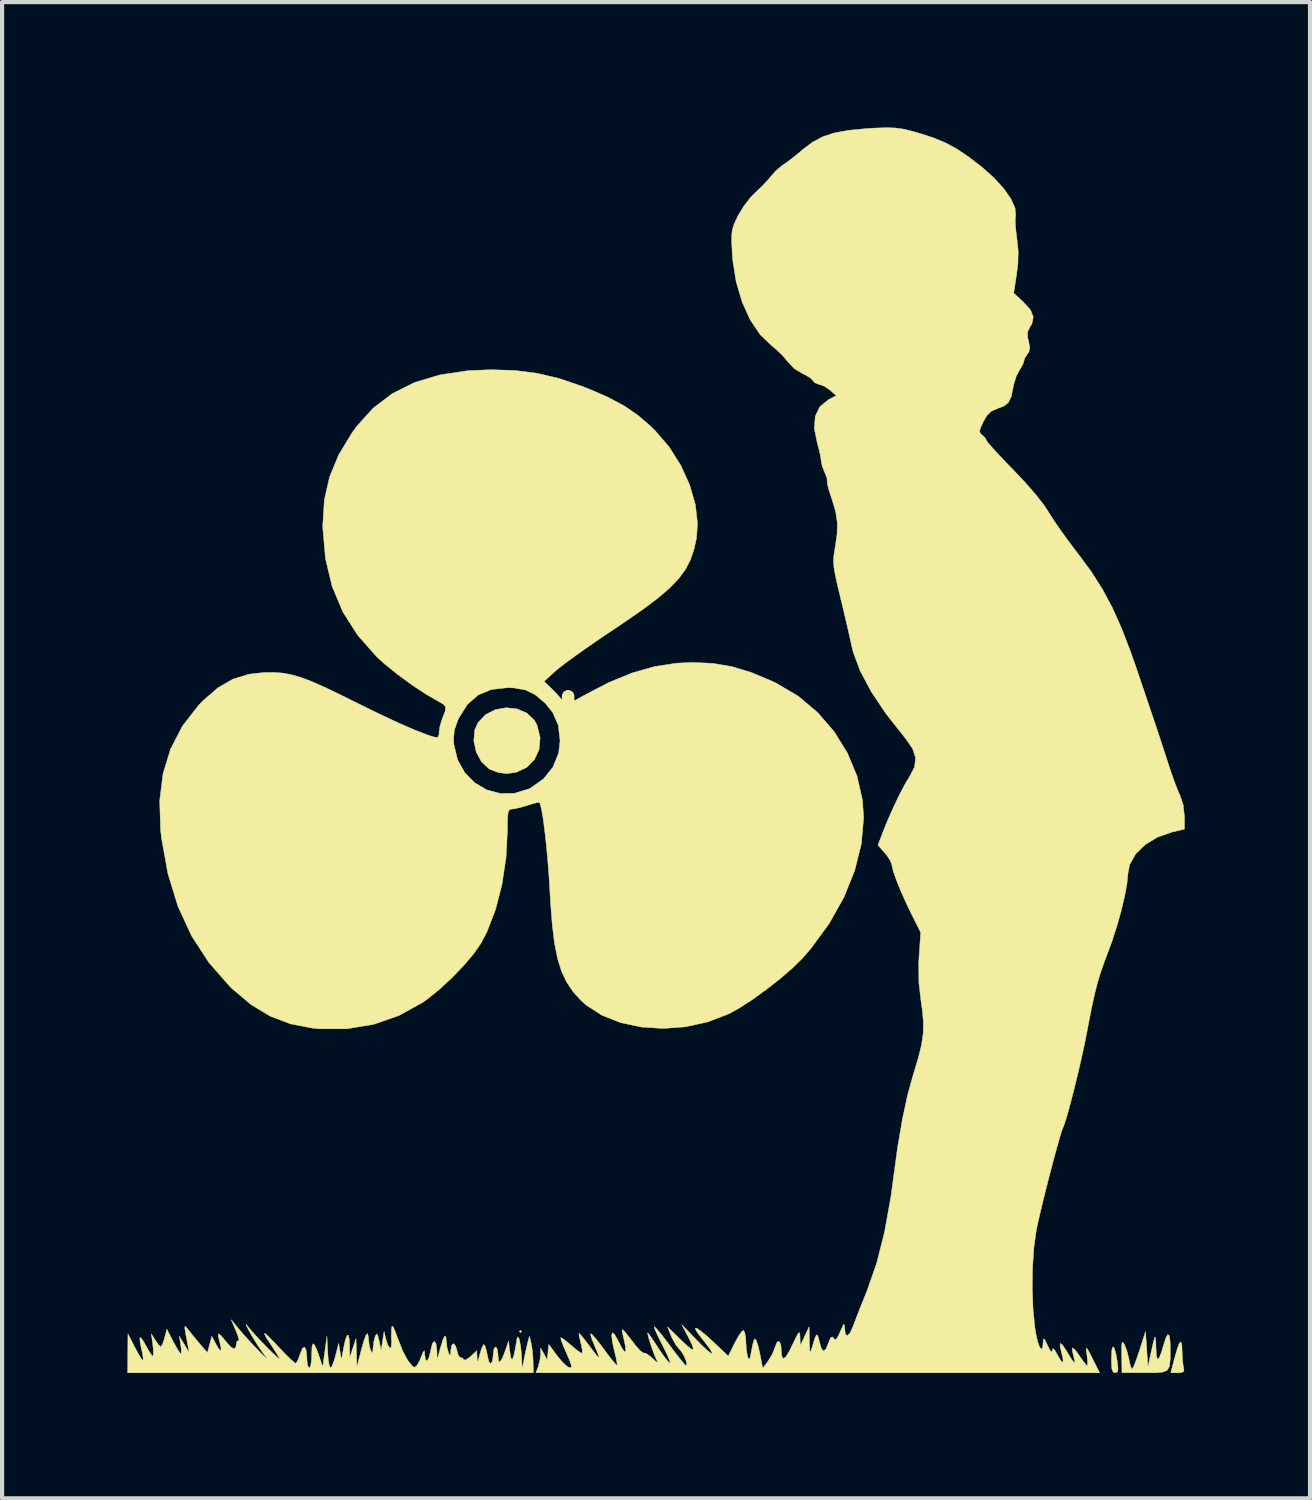
<source format=kicad_pcb>
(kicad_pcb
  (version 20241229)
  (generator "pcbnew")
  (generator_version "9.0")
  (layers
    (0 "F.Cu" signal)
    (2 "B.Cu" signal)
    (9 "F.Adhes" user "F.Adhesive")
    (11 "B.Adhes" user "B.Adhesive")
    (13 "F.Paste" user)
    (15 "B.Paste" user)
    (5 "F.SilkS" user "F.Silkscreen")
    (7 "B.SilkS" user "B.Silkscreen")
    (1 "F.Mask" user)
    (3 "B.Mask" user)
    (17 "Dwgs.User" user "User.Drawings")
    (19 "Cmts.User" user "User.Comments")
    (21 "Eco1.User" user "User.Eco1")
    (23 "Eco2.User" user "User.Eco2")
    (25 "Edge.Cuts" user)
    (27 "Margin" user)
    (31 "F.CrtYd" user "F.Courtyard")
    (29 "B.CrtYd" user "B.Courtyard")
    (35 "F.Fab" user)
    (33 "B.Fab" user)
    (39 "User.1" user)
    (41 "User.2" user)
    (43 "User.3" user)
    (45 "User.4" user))
  (footprint "logo"
    (layer "F.Cu")
    (at 12.649 14.446)
    (property "Reference" "logo" (at 0 0 0) (layer "F.SilkS") (effects (font (size 1.524 1.524) (thickness 0.3))))
    (attr through_hole)
    (fp_poly (pts (xy -3.217 14.365) (xy -3.246 14.393) (xy -3.274 14.365) (xy -3.246 14.337) (xy -3.217 14.365)) (stroke (width 0.01) (type solid)) (fill yes) (layer "F.SilkS"))
    (fp_poly (pts (xy 10.962 14.758) (xy 11.001 14.888) (xy 11.036 15.085) (xy 11.054 15.248) (xy 11.043 15.329) (xy 10.996 15.353) (xy 10.985 15.353) (xy 10.934 15.333) (xy 10.906 15.256) (xy 10.896 15.101) (xy 10.895 15) (xy 10.905 14.811) (xy 10.928 14.731) (xy 10.962 14.758)) (stroke (width 0.01) (type solid)) (fill yes) (layer "F.SilkS"))
    (fp_poly (pts (xy 12.581 14.693) (xy 12.586 14.817) (xy 12.594 15.01) (xy 12.612 15.175) (xy 12.623 15.226) (xy 12.632 15.315) (xy 12.574 15.349) (xy 12.486 15.353) (xy 12.316 15.353) (xy 12.4 15.028) (xy 12.471 14.779) (xy 12.524 14.641) (xy 12.56 14.612) (xy 12.581 14.693)) (stroke (width 0.01) (type solid)) (fill yes) (layer "F.SilkS"))
    (fp_poly (pts (xy -3.329 -0.534) (xy -3.098 -0.436) (xy -2.917 -0.266) (xy -2.847 -0.142) (xy -2.774 0.157) (xy -2.799 0.437) (xy -2.911 0.681) (xy -3.099 0.87) (xy -3.351 0.986) (xy -3.583 1.016) (xy -3.785 0.986) (xy -3.975 0.915) (xy -3.991 0.905) (xy -4.178 0.732) (xy -4.304 0.498) (xy -4.361 0.235) (xy -4.341 -0.023) (xy -4.264 -0.202) (xy -4.079 -0.397) (xy -3.845 -0.516) (xy -3.587 -0.561) (xy -3.329 -0.534)) (stroke (width 0.01) (type solid)) (fill yes) (layer "F.SilkS"))
    (fp_poly (pts (xy 11.769 15.212) (xy 11.843 14.873) (xy 11.895 14.642) (xy 11.928 14.518) (xy 11.948 14.496) (xy 11.957 14.572) (xy 11.962 14.742) (xy 11.962 14.757) (xy 11.973 14.949) (xy 11.999 15.028) (xy 12.04 14.996) (xy 12.096 14.852) (xy 12.135 14.716) (xy 12.197 14.52) (xy 12.245 14.435) (xy 12.28 14.462) (xy 12.3 14.6) (xy 12.305 14.78) (xy 12.303 15.032) (xy 12.285 15.196) (xy 12.231 15.292) (xy 12.12 15.338) (xy 11.934 15.352) (xy 11.692 15.352) (xy 11.148 15.352) (xy 11.142 14.949) (xy 11.14 14.746) (xy 11.147 14.641) (xy 11.166 14.619) (xy 11.2 14.665) (xy 11.209 14.682) (xy 11.265 14.825) (xy 11.313 15.012) (xy 11.321 15.061) (xy 11.352 15.197) (xy 11.386 15.261) (xy 11.4 15.258) (xy 11.436 15.185) (xy 11.494 15.034) (xy 11.562 14.835) (xy 11.577 14.788) (xy 11.712 14.365) (xy 11.769 15.212)) (stroke (width 0.01) (type solid)) (fill yes) (layer "F.SilkS"))
    (fp_poly (pts (xy -3.371 -8.631) (xy -2.839 -8.563) (xy -2.316 -8.439) (xy -1.76 -8.249) (xy -1.599 -8.186) (xy -1.144 -7.988) (xy -0.769 -7.788) (xy -0.444 -7.566) (xy -0.136 -7.302) (xy -0.021 -7.19) (xy 0.315 -6.798) (xy 0.593 -6.358) (xy 0.804 -5.892) (xy 0.94 -5.422) (xy 0.992 -4.968) (xy 0.967 -4.619) (xy 0.906 -4.344) (xy 0.822 -4.098) (xy 0.702 -3.87) (xy 0.539 -3.648) (xy 0.321 -3.422) (xy 0.038 -3.18) (xy -0.32 -2.911) (xy -0.762 -2.605) (xy -0.982 -2.457) (xy -1.319 -2.231) (xy -1.641 -2.009) (xy -1.93 -1.804) (xy -2.17 -1.629) (xy -2.341 -1.496) (xy -2.399 -1.447) (xy -2.681 -1.192) (xy -2.501 -1.02) (xy -2.368 -0.883) (xy -2.259 -0.757) (xy -2.239 -0.73) (xy -2.195 -0.674) (xy -2.147 -0.653) (xy -2.07 -0.672) (xy -1.942 -0.735) (xy -1.749 -0.843) (xy -1.142 -1.16) (xy -0.581 -1.391) (xy -0.046 -1.545) (xy 0.486 -1.627) (xy 0.884 -1.645) (xy 1.363 -1.622) (xy 1.815 -1.545) (xy 2.274 -1.407) (xy 2.772 -1.198) (xy 2.879 -1.147) (xy 3.405 -0.836) (xy 3.869 -0.444) (xy 4.264 0.014) (xy 4.58 0.525) (xy 4.808 1.073) (xy 4.938 1.647) (xy 4.967 2.068) (xy 4.912 2.696) (xy 4.753 3.335) (xy 4.495 3.974) (xy 4.145 4.599) (xy 3.707 5.198) (xy 3.494 5.442) (xy 3.261 5.671) (xy 2.964 5.927) (xy 2.632 6.187) (xy 2.293 6.431) (xy 1.977 6.634) (xy 1.735 6.767) (xy 1.231 6.959) (xy 0.703 7.075) (xy 0.168 7.114) (xy -0.356 7.08) (xy -0.85 6.974) (xy -1.296 6.798) (xy -1.676 6.552) (xy -1.806 6.435) (xy -1.993 6.225) (xy -2.144 5.999) (xy -2.265 5.739) (xy -2.359 5.432) (xy -2.432 5.063) (xy -2.486 4.616) (xy -2.527 4.077) (xy -2.539 3.865) (xy -2.563 3.467) (xy -2.594 3.071) (xy -2.629 2.694) (xy -2.668 2.355) (xy -2.706 2.069) (xy -2.744 1.855) (xy -2.778 1.729) (xy -2.791 1.706) (xy -2.851 1.71) (xy -2.982 1.745) (xy -3.073 1.774) (xy -3.251 1.827) (xy -3.401 1.859) (xy -3.445 1.863) (xy -3.498 1.872) (xy -3.531 1.914) (xy -3.549 2.01) (xy -3.555 2.183) (xy -3.556 2.357) (xy -3.59 3.022) (xy -3.687 3.668) (xy -3.841 4.269) (xy -4.048 4.804) (xy -4.187 5.071) (xy -4.361 5.322) (xy -4.604 5.609) (xy -4.889 5.905) (xy -5.191 6.184) (xy -5.483 6.419) (xy -5.581 6.488) (xy -6.148 6.803) (xy -6.756 7.015) (xy -7.399 7.122) (xy -8.068 7.121) (xy -8.22 7.106) (xy -8.75 7.004) (xy -9.234 6.82) (xy -9.691 6.544) (xy -10.14 6.166) (xy -10.199 6.109) (xy -10.701 5.537) (xy -11.115 4.898) (xy -11.442 4.189) (xy -11.681 3.411) (xy -11.834 2.56) (xy -11.857 2.355) (xy -11.878 1.662) (xy -11.798 1.018) (xy -11.616 0.423) (xy -11.494 0.188) (xy -4.846 0.188) (xy -4.837 0.323) (xy -4.75 0.684) (xy -4.579 0.991) (xy -4.341 1.234) (xy -4.052 1.404) (xy -3.729 1.491) (xy -3.388 1.486) (xy -3.045 1.381) (xy -3.005 1.361) (xy -2.695 1.143) (xy -2.467 0.859) (xy -2.332 0.524) (xy -2.297 0.226) (xy -2.34 -0.139) (xy -2.473 -0.446) (xy -2.651 -0.667) (xy -2.889 -0.87) (xy -3.128 -0.987) (xy -3.41 -1.036) (xy -3.556 -1.04) (xy -3.94 -0.997) (xy -4.257 -0.866) (xy -4.514 -0.642) (xy -4.717 -0.319) (xy -4.745 -0.258) (xy -4.826 -0.03) (xy -4.846 0.188) (xy -11.494 0.188) (xy -11.333 -0.123) (xy -10.947 -0.619) (xy -10.839 -0.732) (xy -10.484 -1.039) (xy -10.125 -1.246) (xy -9.737 -1.364) (xy -9.389 -1.403) (xy -9.161 -1.406) (xy -8.949 -1.392) (xy -8.738 -1.355) (xy -8.508 -1.29) (xy -8.244 -1.19) (xy -7.928 -1.051) (xy -7.543 -0.866) (xy -7.225 -0.708) (xy -6.657 -0.429) (xy -6.18 -0.205) (xy -5.787 -0.033) (xy -5.471 0.089) (xy -5.32 0.139) (xy -5.227 0.15) (xy -5.195 0.088) (xy -5.193 0.03) (xy -5.171 -0.121) (xy -5.117 -0.298) (xy -5.108 -0.319) (xy -5.045 -0.484) (xy -5.037 -0.581) (xy -5.093 -0.648) (xy -5.207 -0.712) (xy -5.503 -0.883) (xy -5.842 -1.107) (xy -6.185 -1.358) (xy -6.496 -1.609) (xy -6.687 -1.783) (xy -7.142 -2.298) (xy -7.497 -2.857) (xy -7.752 -3.466) (xy -7.911 -4.129) (xy -7.974 -4.85) (xy -7.975 -4.939) (xy -7.938 -5.532) (xy -7.814 -6.082) (xy -7.596 -6.611) (xy -7.276 -7.138) (xy -7.163 -7.295) (xy -6.774 -7.727) (xy -6.316 -8.076) (xy -5.787 -8.341) (xy -5.184 -8.524) (xy -4.505 -8.626) (xy -3.951 -8.65) (xy -3.371 -8.631)) (stroke (width 0.01) (type solid)) (fill yes) (layer "F.SilkS"))
    (fp_poly (pts (xy -9.981 14.309) (xy -9.839 14.473) (xy -9.661 14.668) (xy -9.519 14.817) (xy -9.382 14.956) (xy -9.316 15.018) (xy -9.316 15.004) (xy -9.377 14.919) (xy -9.411 14.873) (xy -9.539 14.685) (xy -9.675 14.464) (xy -9.731 14.365) (xy -9.796 14.24) (xy -9.814 14.191) (xy -9.784 14.224) (xy -9.706 14.321) (xy -9.588 14.453) (xy -9.448 14.603) (xy -9.302 14.753) (xy -9.169 14.885) (xy -9.065 14.981) (xy -9.009 15.025) (xy -9.007 15.014) (xy -9.063 14.918) (xy -9.155 14.773) (xy -9.2 14.704) (xy -9.319 14.521) (xy -9.373 14.422) (xy -9.362 14.408) (xy -9.282 14.478) (xy -9.131 14.632) (xy -9.049 14.719) (xy -8.883 14.892) (xy -8.744 15.029) (xy -8.651 15.111) (xy -8.624 15.128) (xy -8.585 15.079) (xy -8.534 14.956) (xy -8.516 14.899) (xy -8.46 14.765) (xy -8.41 14.738) (xy -8.373 14.813) (xy -8.355 14.986) (xy -8.355 15.028) (xy -8.341 15.164) (xy -8.308 15.237) (xy -8.297 15.24) (xy -8.267 15.189) (xy -8.246 15.057) (xy -8.241 14.92) (xy -8.234 14.734) (xy -8.211 14.657) (xy -8.17 14.689) (xy -8.108 14.83) (xy -8.066 14.948) (xy -7.977 15.212) (xy -7.926 14.845) (xy -7.876 14.478) (xy -7.858 14.859) (xy -7.843 15.05) (xy -7.819 15.187) (xy -7.793 15.24) (xy -7.792 15.24) (xy -7.753 15.19) (xy -7.704 15.062) (xy -7.67 14.944) (xy -7.596 14.647) (xy -7.563 14.845) (xy -7.529 15.042) (xy -7.484 14.788) (xy -7.437 14.573) (xy -7.396 14.461) (xy -7.363 14.453) (xy -7.341 14.553) (xy -7.335 14.676) (xy -7.329 14.986) (xy -7.255 14.76) (xy -7.18 14.534) (xy -7.169 14.873) (xy -7.159 15.212) (xy -7.06 14.831) (xy -6.991 14.583) (xy -6.938 14.444) (xy -6.902 14.415) (xy -6.884 14.496) (xy -6.882 14.539) (xy -6.862 14.703) (xy -6.83 14.817) (xy -6.796 14.88) (xy -6.78 14.848) (xy -6.773 14.76) (xy -6.752 14.596) (xy -6.72 14.478) (xy -6.688 14.423) (xy -6.66 14.455) (xy -6.628 14.585) (xy -6.626 14.591) (xy -6.579 14.817) (xy -6.544 14.591) (xy -6.509 14.365) (xy -6.464 14.55) (xy -6.417 14.695) (xy -6.369 14.761) (xy -6.337 14.74) (xy -6.331 14.637) (xy -6.336 14.455) (xy -6.331 14.309) (xy -6.32 14.239) (xy -6.295 14.246) (xy -6.252 14.34) (xy -6.181 14.531) (xy -6.18 14.534) (xy -6.061 14.833) (xy -5.941 15.057) (xy -5.831 15.193) (xy -5.78 15.223) (xy -5.729 15.187) (xy -5.663 15.074) (xy -5.632 15.001) (xy -5.577 14.864) (xy -5.548 14.824) (xy -5.537 14.874) (xy -5.536 14.915) (xy -5.518 15.04) (xy -5.481 15.065) (xy -5.437 14.997) (xy -5.398 14.845) (xy -5.393 14.816) (xy -5.353 14.653) (xy -5.307 14.599) (xy -5.266 14.654) (xy -5.245 14.816) (xy -5.244 14.834) (xy -5.239 15.042) (xy -5.164 14.77) (xy -5.102 14.566) (xy -5.057 14.473) (xy -5.029 14.491) (xy -5.02 14.596) (xy -5 14.759) (xy -4.967 14.873) (xy -4.932 14.941) (xy -4.918 14.91) (xy -4.915 14.834) (xy -4.891 14.693) (xy -4.844 14.654) (xy -4.792 14.721) (xy -4.766 14.815) (xy -4.731 14.937) (xy -4.691 14.987) (xy -4.684 14.985) (xy -4.628 15.001) (xy -4.613 15.028) (xy -4.564 15.051) (xy -4.461 14.982) (xy -4.439 14.962) (xy -4.29 14.825) (xy -4.283 14.99) (xy -4.276 15.077) (xy -4.26 15.07) (xy -4.23 14.963) (xy -4.219 14.915) (xy -4.175 14.77) (xy -4.133 14.685) (xy -4.119 14.676) (xy -4.087 14.726) (xy -4.052 14.854) (xy -4.037 14.939) (xy -3.999 15.089) (xy -3.954 15.132) (xy -3.916 15.073) (xy -3.896 14.917) (xy -3.896 14.887) (xy -3.877 14.775) (xy -3.838 14.732) (xy -3.802 14.782) (xy -3.783 14.905) (xy -3.782 14.941) (xy -3.77 15.071) (xy -3.735 15.092) (xy -3.679 15.006) (xy -3.606 14.817) (xy -3.53 14.591) (xy -3.5 14.845) (xy -3.474 14.997) (xy -3.444 15.037) (xy -3.409 14.964) (xy -3.369 14.778) (xy -3.357 14.704) (xy -3.33 14.547) (xy -3.308 14.49) (xy -3.284 14.522) (xy -3.271 14.563) (xy -3.243 14.704) (xy -3.222 14.898) (xy -3.217 14.986) (xy -3.205 15.268) (xy -3.156 15.014) (xy -3.117 14.824) (xy -3.079 14.657) (xy -3.069 14.619) (xy -3.03 14.478) (xy -2.989 14.647) (xy -2.962 14.811) (xy -2.945 15.016) (xy -2.942 15.085) (xy -2.935 15.353) (xy -12.644 15.353) (xy -12.641 14.887) (xy -12.638 14.422) (xy -12.468 14.752) (xy -12.379 14.916) (xy -12.31 15.027) (xy -12.276 15.061) (xy -12.274 14.998) (xy -12.295 14.866) (xy -12.307 14.815) (xy -12.348 14.611) (xy -12.352 14.513) (xy -12.318 14.521) (xy -12.246 14.634) (xy -12.217 14.69) (xy -12.133 14.839) (xy -12.067 14.936) (xy -12.042 14.958) (xy -12.028 14.908) (xy -12.032 14.78) (xy -12.042 14.69) (xy -12.077 14.422) (xy -11.98 14.577) (xy -11.905 14.684) (xy -11.852 14.732) (xy -11.85 14.732) (xy -11.816 14.683) (xy -11.773 14.562) (xy -11.762 14.52) (xy -11.707 14.309) (xy -11.554 14.605) (xy -11.467 14.763) (xy -11.399 14.87) (xy -11.37 14.901) (xy -11.359 14.852) (xy -11.368 14.73) (xy -11.374 14.69) (xy -11.407 14.478) (xy -11.17 14.873) (xy -11.207 14.676) (xy -11.252 14.44) (xy -11.275 14.301) (xy -11.274 14.244) (xy -11.249 14.255) (xy -11.196 14.32) (xy -11.164 14.361) (xy -11.035 14.521) (xy -10.895 14.687) (xy -10.885 14.699) (xy -10.735 14.872) (xy -10.683 14.675) (xy -10.631 14.478) (xy -10.532 14.667) (xy -10.453 14.798) (xy -10.412 14.823) (xy -10.412 14.745) (xy -10.442 14.619) (xy -10.478 14.47) (xy -10.467 14.419) (xy -10.406 14.467) (xy -10.306 14.589) (xy -10.176 14.737) (xy -10.091 14.782) (xy -10.051 14.723) (xy -10.047 14.672) (xy -10.026 14.594) (xy -9.991 14.59) (xy -9.98 14.564) (xy -10.009 14.46) (xy -10.051 14.354) (xy -10.166 14.083) (xy -9.981 14.309)) (stroke (width 0.01) (type solid)) (fill yes) (layer "F.SilkS"))
    (fp_poly (pts (xy 5.729 -14.434) (xy 5.932 -14.405) (xy 6.164 -14.347) (xy 6.292 -14.31) (xy 6.636 -14.199) (xy 6.927 -14.079) (xy 7.197 -13.932) (xy 7.481 -13.74) (xy 7.794 -13.5) (xy 8.081 -13.245) (xy 8.317 -12.986) (xy 8.49 -12.739) (xy 8.589 -12.519) (xy 8.605 -12.342) (xy 8.602 -12.332) (xy 8.594 -12.212) (xy 8.605 -12.021) (xy 8.632 -11.801) (xy 8.633 -11.793) (xy 8.665 -11.488) (xy 8.659 -11.195) (xy 8.627 -10.935) (xy 8.558 -10.484) (xy 8.794 -10.264) (xy 8.96 -10.078) (xy 9.026 -9.913) (xy 8.995 -9.752) (xy 8.944 -9.665) (xy 8.889 -9.55) (xy 8.894 -9.412) (xy 8.914 -9.331) (xy 8.944 -9.173) (xy 8.92 -9.071) (xy 8.889 -9.03) (xy 8.821 -8.924) (xy 8.805 -8.866) (xy 8.775 -8.774) (xy 8.7 -8.647) (xy 8.694 -8.639) (xy 8.614 -8.481) (xy 8.555 -8.284) (xy 8.546 -8.235) (xy 8.5 -8.009) (xy 8.433 -7.867) (xy 8.324 -7.779) (xy 8.183 -7.726) (xy 8.024 -7.658) (xy 7.913 -7.549) (xy 7.832 -7.408) (xy 7.761 -7.256) (xy 7.74 -7.171) (xy 7.767 -7.117) (xy 7.805 -7.086) (xy 7.884 -7.006) (xy 7.902 -6.962) (xy 7.94 -6.906) (xy 8.044 -6.785) (xy 8.201 -6.613) (xy 8.399 -6.405) (xy 8.546 -6.254) (xy 8.837 -5.946) (xy 9.088 -5.657) (xy 9.284 -5.407) (xy 9.393 -5.24) (xy 9.506 -5.06) (xy 9.67 -4.822) (xy 9.864 -4.553) (xy 10.068 -4.283) (xy 10.107 -4.233) (xy 10.412 -3.82) (xy 10.678 -3.402) (xy 10.917 -2.957) (xy 11.14 -2.46) (xy 11.359 -1.889) (xy 11.485 -1.53) (xy 11.646 -1.053) (xy 11.777 -0.666) (xy 11.882 -0.355) (xy 11.967 -0.102) (xy 12.037 0.107) (xy 12.097 0.289) (xy 12.152 0.46) (xy 12.209 0.635) (xy 12.25 0.762) (xy 12.337 1.024) (xy 12.426 1.268) (xy 12.502 1.46) (xy 12.537 1.536) (xy 12.614 1.769) (xy 12.644 2.043) (xy 12.644 2.045) (xy 12.644 2.344) (xy 12.349 2.414) (xy 11.998 2.536) (xy 11.702 2.716) (xy 11.475 2.939) (xy 11.332 3.191) (xy 11.288 3.427) (xy 11.268 3.65) (xy 11.212 3.949) (xy 11.13 4.298) (xy 11.026 4.666) (xy 10.91 5.027) (xy 10.839 5.221) (xy 10.728 5.514) (xy 10.639 5.769) (xy 10.565 6.013) (xy 10.498 6.271) (xy 10.432 6.57) (xy 10.359 6.937) (xy 10.301 7.241) (xy 10.246 7.518) (xy 10.176 7.836) (xy 10.098 8.174) (xy 10.016 8.512) (xy 9.935 8.829) (xy 9.861 9.105) (xy 9.798 9.32) (xy 9.752 9.453) (xy 9.74 9.478) (xy 9.708 9.56) (xy 9.656 9.733) (xy 9.587 9.976) (xy 9.508 10.269) (xy 9.423 10.593) (xy 9.337 10.928) (xy 9.256 11.255) (xy 9.184 11.553) (xy 9.127 11.803) (xy 9.099 11.938) (xy 9.042 12.346) (xy 9.009 12.823) (xy 9.002 13.328) (xy 9.02 13.821) (xy 9.063 14.262) (xy 9.086 14.407) (xy 9.133 14.616) (xy 9.181 14.746) (xy 9.223 14.789) (xy 9.252 14.736) (xy 9.261 14.633) (xy 9.267 14.546) (xy 9.287 14.541) (xy 9.334 14.628) (xy 9.37 14.704) (xy 9.437 14.831) (xy 9.472 14.854) (xy 9.481 14.817) (xy 9.498 14.77) (xy 9.543 14.816) (xy 9.602 14.921) (xy 9.688 15.066) (xy 9.735 15.107) (xy 9.74 15.042) (xy 9.703 14.879) (xy 9.666 14.713) (xy 9.674 14.65) (xy 9.727 14.69) (xy 9.823 14.833) (xy 9.845 14.871) (xy 9.95 15.042) (xy 10.007 15.113) (xy 10.021 15.087) (xy 9.993 14.966) (xy 9.988 14.947) (xy 9.955 14.8) (xy 9.969 14.754) (xy 10.032 14.809) (xy 10.135 14.953) (xy 10.229 15.086) (xy 10.297 15.17) (xy 10.316 15.184) (xy 10.327 15.134) (xy 10.32 15.01) (xy 10.313 14.953) (xy 10.296 14.818) (xy 10.297 14.761) (xy 10.325 14.788) (xy 10.388 14.906) (xy 10.465 15.057) (xy 10.613 15.353) (xy -2.876 15.353) (xy -2.821 15.208) (xy -2.777 15.035) (xy -2.764 14.912) (xy -2.762 14.76) (xy -2.684 14.901) (xy -2.606 15.042) (xy -2.587 14.858) (xy -2.568 14.673) (xy -2.37 14.942) (xy -2.247 15.09) (xy -2.135 15.196) (xy -2.076 15.229) (xy -2.031 15.225) (xy -2.027 15.175) (xy -2.067 15.06) (xy -2.141 14.891) (xy -2.219 14.711) (xy -2.27 14.576) (xy -2.283 14.513) (xy -2.282 14.512) (xy -2.233 14.535) (xy -2.127 14.615) (xy -2.028 14.7) (xy -1.897 14.81) (xy -1.801 14.875) (xy -1.769 14.883) (xy -1.765 14.816) (xy -1.789 14.685) (xy -1.801 14.642) (xy -1.834 14.502) (xy -1.845 14.419) (xy -1.843 14.411) (xy -1.805 14.445) (xy -1.718 14.549) (xy -1.602 14.701) (xy -1.591 14.716) (xy -1.457 14.895) (xy -1.383 14.981) (xy -1.366 14.972) (xy -1.402 14.87) (xy -1.472 14.706) (xy -1.534 14.551) (xy -1.566 14.444) (xy -1.565 14.415) (xy -1.523 14.446) (xy -1.432 14.55) (xy -1.309 14.708) (xy -1.246 14.793) (xy -1.114 14.97) (xy -1.008 15.102) (xy -0.943 15.17) (xy -0.932 15.175) (xy -0.935 15.114) (xy -0.961 14.978) (xy -0.994 14.845) (xy -1.046 14.614) (xy -1.063 14.461) (xy -1.047 14.396) (xy -1 14.424) (xy -0.925 14.554) (xy -0.915 14.573) (xy -0.817 14.765) (xy -0.752 14.852) (xy -0.725 14.835) (xy -0.735 14.712) (xy -0.763 14.577) (xy -0.799 14.425) (xy -0.815 14.337) (xy -0.801 14.317) (xy -0.747 14.371) (xy -0.642 14.503) (xy -0.488 14.702) (xy -0.388 14.817) (xy -0.314 14.876) (xy -0.295 14.876) (xy -0.238 14.89) (xy -0.134 14.964) (xy -0.095 14.999) (xy 0.006 15.091) (xy 0.039 15.107) (xy 0.017 15.051) (xy 0.004 15.025) (xy -0.043 14.917) (xy -0.099 14.765) (xy -0.151 14.605) (xy -0.189 14.472) (xy -0.203 14.398) (xy -0.2 14.393) (xy -0.165 14.437) (xy -0.084 14.553) (xy 0.025 14.718) (xy 0.052 14.76) (xy 0.17 14.934) (xy 0.268 15.063) (xy 0.329 15.125) (xy 0.335 15.127) (xy 0.331 15.081) (xy 0.283 14.959) (xy 0.199 14.783) (xy 0.157 14.7) (xy 0.058 14.504) (xy -0.013 14.35) (xy -0.045 14.261) (xy -0.044 14.25) (xy -0.004 14.282) (xy 0.088 14.389) (xy 0.217 14.551) (xy 0.333 14.705) (xy 0.481 14.902) (xy 0.605 15.059) (xy 0.689 15.158) (xy 0.717 15.184) (xy 0.736 15.142) (xy 0.71 15.042) (xy 0.656 14.922) (xy 0.588 14.82) (xy 0.563 14.795) (xy 0.472 14.685) (xy 0.383 14.523) (xy 0.363 14.478) (xy 0.272 14.252) (xy 0.588 14.561) (xy 0.759 14.721) (xy 0.86 14.795) (xy 0.892 14.78) (xy 0.859 14.675) (xy 0.762 14.479) (xy 0.758 14.471) (xy 0.612 14.196) (xy 0.885 14.481) (xy 1.094 14.694) (xy 1.243 14.832) (xy 1.327 14.893) (xy 1.344 14.877) (xy 1.289 14.783) (xy 1.159 14.609) (xy 1.097 14.533) (xy 0.977 14.374) (xy 0.934 14.291) (xy 0.963 14.281) (xy 1.059 14.343) (xy 1.217 14.474) (xy 1.414 14.655) (xy 1.728 14.954) (xy 1.879 14.646) (xy 1.968 14.483) (xy 2.045 14.371) (xy 2.088 14.337) (xy 2.122 14.388) (xy 2.144 14.516) (xy 2.149 14.605) (xy 2.16 14.791) (xy 2.185 14.945) (xy 2.197 14.986) (xy 2.226 15.031) (xy 2.252 14.987) (xy 2.279 14.843) (xy 2.281 14.832) (xy 2.313 14.67) (xy 2.348 14.561) (xy 2.364 14.538) (xy 2.396 14.575) (xy 2.438 14.697) (xy 2.48 14.877) (xy 2.48 14.878) (xy 2.553 15.244) (xy 2.685 15.066) (xy 2.783 14.903) (xy 2.848 14.741) (xy 2.852 14.725) (xy 2.899 14.613) (xy 2.952 14.605) (xy 2.987 14.695) (xy 2.992 14.759) (xy 3.003 14.939) (xy 3.038 15.012) (xy 3.1 14.978) (xy 3.189 14.836) (xy 3.254 14.703) (xy 3.347 14.509) (xy 3.402 14.407) (xy 3.43 14.387) (xy 3.442 14.439) (xy 3.445 14.506) (xy 3.451 14.704) (xy 3.556 14.478) (xy 3.661 14.252) (xy 3.67 14.591) (xy 3.677 14.773) (xy 3.686 14.853) (xy 3.703 14.842) (xy 3.732 14.75) (xy 3.737 14.732) (xy 3.795 14.539) (xy 3.835 14.448) (xy 3.864 14.453) (xy 3.893 14.547) (xy 3.906 14.605) (xy 3.956 14.776) (xy 4.008 14.834) (xy 4.066 14.78) (xy 4.123 14.641) (xy 4.176 14.514) (xy 4.22 14.493) (xy 4.237 14.512) (xy 4.278 14.561) (xy 4.317 14.545) (xy 4.371 14.448) (xy 4.421 14.337) (xy 4.476 14.214) (xy 4.501 14.189) (xy 4.51 14.255) (xy 4.511 14.291) (xy 4.532 14.432) (xy 4.579 14.466) (xy 4.644 14.397) (xy 4.715 14.238) (xy 4.777 14.073) (xy 4.868 13.838) (xy 4.975 13.57) (xy 5.053 13.377) (xy 5.279 12.727) (xy 5.468 11.979) (xy 5.619 11.14) (xy 5.671 10.753) (xy 5.779 9.96) (xy 5.896 9.275) (xy 6.022 8.691) (xy 6.157 8.209) (xy 6.274 7.82) (xy 6.352 7.505) (xy 6.391 7.232) (xy 6.397 6.97) (xy 6.372 6.689) (xy 6.344 6.496) (xy 6.289 6.02) (xy 6.285 5.544) (xy 6.294 5.385) (xy 6.332 4.814) (xy 6.134 4.423) (xy 5.989 4.122) (xy 5.858 3.83) (xy 5.752 3.568) (xy 5.678 3.358) (xy 5.645 3.224) (xy 5.644 3.21) (xy 5.609 3.107) (xy 5.52 2.97) (xy 5.477 2.918) (xy 5.31 2.727) (xy 5.425 2.422) (xy 5.551 2.111) (xy 5.696 1.786) (xy 5.844 1.48) (xy 5.981 1.224) (xy 6.065 1.089) (xy 6.185 0.856) (xy 6.21 0.637) (xy 6.136 0.413) (xy 5.961 0.164) (xy 5.956 0.157) (xy 5.508 -0.408) (xy 5.15 -0.942) (xy 4.885 -1.439) (xy 4.716 -1.894) (xy 4.68 -2.043) (xy 4.644 -2.207) (xy 4.589 -2.451) (xy 4.52 -2.747) (xy 4.444 -3.066) (xy 4.417 -3.177) (xy 4.339 -3.502) (xy 4.287 -3.743) (xy 4.256 -3.921) (xy 4.246 -4.063) (xy 4.252 -4.19) (xy 4.273 -4.329) (xy 4.28 -4.369) (xy 4.33 -4.708) (xy 4.337 -4.987) (xy 4.298 -5.25) (xy 4.21 -5.544) (xy 4.206 -5.555) (xy 4.142 -5.75) (xy 4.102 -5.902) (xy 4.093 -5.983) (xy 4.094 -5.986) (xy 4.088 -6.06) (xy 4.039 -6.182) (xy 4.036 -6.189) (xy 3.975 -6.341) (xy 3.951 -6.467) (xy 3.935 -6.585) (xy 3.894 -6.763) (xy 3.858 -6.89) (xy 3.787 -7.244) (xy 3.809 -7.538) (xy 3.922 -7.768) (xy 4.126 -7.933) (xy 4.133 -7.937) (xy 4.312 -8.03) (xy 4.157 -8.164) (xy 4.025 -8.254) (xy 3.908 -8.297) (xy 3.898 -8.297) (xy 3.794 -8.338) (xy 3.761 -8.382) (xy 3.692 -8.454) (xy 3.558 -8.533) (xy 3.506 -8.555) (xy 3.304 -8.678) (xy 3.151 -8.841) (xy 3.026 -8.991) (xy 2.856 -9.151) (xy 2.766 -9.223) (xy 2.491 -9.488) (xy 2.252 -9.844) (xy 2.058 -10.272) (xy 1.916 -10.755) (xy 1.834 -11.274) (xy 1.823 -11.42) (xy 1.81 -11.684) (xy 1.809 -11.868) (xy 1.826 -12.006) (xy 1.866 -12.132) (xy 1.934 -12.279) (xy 1.965 -12.341) (xy 2.096 -12.558) (xy 2.254 -12.765) (xy 2.373 -12.886) (xy 2.537 -13.04) (xy 2.687 -13.202) (xy 2.74 -13.267) (xy 2.871 -13.415) (xy 3.016 -13.535) (xy 3.031 -13.545) (xy 3.152 -13.629) (xy 3.322 -13.761) (xy 3.507 -13.914) (xy 3.528 -13.932) (xy 3.75 -14.098) (xy 3.988 -14.224) (xy 4.265 -14.315) (xy 4.602 -14.377) (xy 5.02 -14.418) (xy 5.221 -14.431) (xy 5.508 -14.441) (xy 5.729 -14.434)) (stroke (width 0.01) (type solid)) (fill yes) (layer "F.SilkS")))
  (gr_rect
    (start -3 -3)
    (end 28.297 32.804)
    (stroke (width 0.1) (type default))
    (fill no)
    (layer "Edge.Cuts")))
</source>
